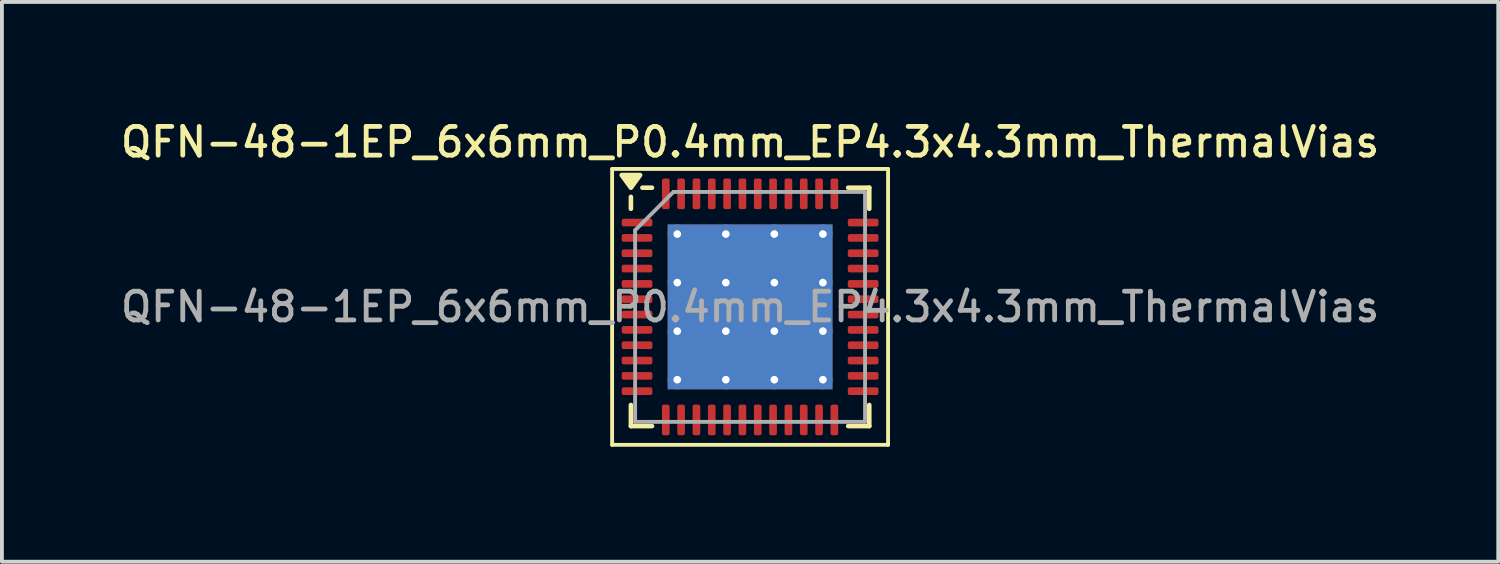
<source format=kicad_pcb>
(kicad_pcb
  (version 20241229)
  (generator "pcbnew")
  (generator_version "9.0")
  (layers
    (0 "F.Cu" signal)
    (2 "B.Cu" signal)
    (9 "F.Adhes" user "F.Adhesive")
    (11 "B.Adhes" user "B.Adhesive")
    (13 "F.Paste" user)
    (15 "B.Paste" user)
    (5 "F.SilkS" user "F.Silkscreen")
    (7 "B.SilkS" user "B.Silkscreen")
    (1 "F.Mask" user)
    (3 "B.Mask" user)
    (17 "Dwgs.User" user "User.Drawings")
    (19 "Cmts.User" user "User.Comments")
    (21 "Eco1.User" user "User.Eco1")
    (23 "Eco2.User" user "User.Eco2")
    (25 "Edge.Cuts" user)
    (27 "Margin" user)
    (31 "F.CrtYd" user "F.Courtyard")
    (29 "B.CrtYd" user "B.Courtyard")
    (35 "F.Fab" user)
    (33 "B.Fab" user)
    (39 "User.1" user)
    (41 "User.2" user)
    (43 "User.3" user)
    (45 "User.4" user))
  (footprint "QFN-48-1EP_6x6mm_P0.4mm_EP4.3x4.3mm_ThermalVias"
    (layer "F.Cu")
    (at 16.523 4.958)
    (property "Reference" "QFN-48-1EP_6x6mm_P0.4mm_EP4.3x4.3mm_ThermalVias" (at 0 -4.3 0) (layer "F.SilkS") (effects (font (size 0.75 0.75) (thickness 0.125))))
    (attr smd)
    (fp_line (start -3.6 -3.6) (end -3.6 3.6) (stroke (width 0.1) (type solid)) (layer "F.SilkS"))
    (fp_line (start -3.6 3.6) (end 3.6 3.6) (stroke (width 0.1) (type solid)) (layer "F.SilkS"))
    (fp_line (start -3.11 -2.56) (end -3.11 -2.87) (stroke (width 0.12) (type solid)) (layer "F.SilkS"))
    (fp_line (start -3.11 3.11) (end -3.11 2.56) (stroke (width 0.12) (type solid)) (layer "F.SilkS"))
    (fp_line (start -2.56 -3.11) (end -2.81 -3.11) (stroke (width 0.12) (type solid)) (layer "F.SilkS"))
    (fp_line (start -2.56 3.11) (end -3.11 3.11) (stroke (width 0.12) (type solid)) (layer "F.SilkS"))
    (fp_line (start 2.56 -3.11) (end 3.11 -3.11) (stroke (width 0.12) (type solid)) (layer "F.SilkS"))
    (fp_line (start 2.56 3.11) (end 3.11 3.11) (stroke (width 0.12) (type solid)) (layer "F.SilkS"))
    (fp_line (start 3.11 -3.11) (end 3.11 -2.56) (stroke (width 0.12) (type solid)) (layer "F.SilkS"))
    (fp_line (start 3.11 3.11) (end 3.11 2.56) (stroke (width 0.12) (type solid)) (layer "F.SilkS"))
    (fp_line (start 3.6 -3.6) (end -3.6 -3.6) (stroke (width 0.1) (type solid)) (layer "F.SilkS"))
    (fp_line (start 3.6 3.6) (end 3.6 -3.6) (stroke (width 0.1) (type solid)) (layer "F.SilkS"))
    (fp_poly (pts (xy -3.11 -3.11) (xy -3.35 -3.44) (xy -2.87 -3.44) (xy -3.11 -3.11)) (stroke (width 0.12) (type solid)) (fill yes) (layer "F.SilkS"))
    (fp_line (start -3 -2) (end -2 -3) (stroke (width 0.1) (type solid)) (layer "F.Fab"))
    (fp_line (start -3 3) (end -3 -2) (stroke (width 0.1) (type solid)) (layer "F.Fab"))
    (fp_line (start -2 -3) (end 3 -3) (stroke (width 0.1) (type solid)) (layer "F.Fab"))
    (fp_line (start 3 -3) (end 3 3) (stroke (width 0.1) (type solid)) (layer "F.Fab"))
    (fp_line (start 3 3) (end -3 3) (stroke (width 0.1) (type solid)) (layer "F.Fab"))
    (fp_text user "${REFERENCE}" (at 0 0 0) (layer "F.Fab") (effects (font (size 0.75 0.75) (thickness 0.125))))
    (pad "" smd custom (at -1.267 -1.267) (size 1.034 1.034) (layers "F.Paste") (options (anchor circle)) (primitives (gr_poly (pts (xy -0.456 -0.356) (xy -0.356 -0.456) (xy 0.356 -0.456) (xy 0.456 -0.356) (xy 0.456 0.356) (xy 0.356 0.456) (xy -0.356 0.456) (xy -0.456 0.356)) (width 0.243) (fill yes))))
    (pad "" smd custom (at -1.267 0) (size 1.034 1.034) (layers "F.Paste") (options (anchor circle)) (primitives (gr_poly (pts (xy -0.456 -0.356) (xy -0.356 -0.456) (xy 0.356 -0.456) (xy 0.456 -0.356) (xy 0.456 0.356) (xy 0.356 0.456) (xy -0.356 0.456) (xy -0.456 0.356)) (width 0.243) (fill yes))))
    (pad "" smd custom (at -1.267 1.267) (size 1.034 1.034) (layers "F.Paste") (options (anchor circle)) (primitives (gr_poly (pts (xy -0.456 -0.356) (xy -0.356 -0.456) (xy 0.356 -0.456) (xy 0.456 -0.356) (xy 0.456 0.356) (xy 0.356 0.456) (xy -0.356 0.456) (xy -0.456 0.356)) (width 0.243) (fill yes))))
    (pad "" smd custom (at 0 -1.267) (size 1.034 1.034) (layers "F.Paste") (options (anchor circle)) (primitives (gr_poly (pts (xy -0.456 -0.356) (xy -0.356 -0.456) (xy 0.356 -0.456) (xy 0.456 -0.356) (xy 0.456 0.356) (xy 0.356 0.456) (xy -0.356 0.456) (xy -0.456 0.356)) (width 0.243) (fill yes))))
    (pad "" smd custom (at 0 0) (size 1.034 1.034) (layers "F.Paste") (options (anchor circle)) (primitives (gr_poly (pts (xy -0.456 -0.356) (xy -0.356 -0.456) (xy 0.356 -0.456) (xy 0.456 -0.356) (xy 0.456 0.356) (xy 0.356 0.456) (xy -0.356 0.456) (xy -0.456 0.356)) (width 0.243) (fill yes))))
    (pad "" smd custom (at 0 1.267) (size 1.034 1.034) (layers "F.Paste") (options (anchor circle)) (primitives (gr_poly (pts (xy -0.456 -0.356) (xy -0.356 -0.456) (xy 0.356 -0.456) (xy 0.456 -0.356) (xy 0.456 0.356) (xy 0.356 0.456) (xy -0.356 0.456) (xy -0.456 0.356)) (width 0.243) (fill yes))))
    (pad "" smd custom (at 1.267 -1.267) (size 1.034 1.034) (layers "F.Paste") (options (anchor circle)) (primitives (gr_poly (pts (xy -0.456 -0.356) (xy -0.356 -0.456) (xy 0.356 -0.456) (xy 0.456 -0.356) (xy 0.456 0.356) (xy 0.356 0.456) (xy -0.356 0.456) (xy -0.456 0.356)) (width 0.243) (fill yes))))
    (pad "" smd custom (at 1.267 0) (size 1.034 1.034) (layers "F.Paste") (options (anchor circle)) (primitives (gr_poly (pts (xy -0.456 -0.356) (xy -0.356 -0.456) (xy 0.356 -0.456) (xy 0.456 -0.356) (xy 0.456 0.356) (xy 0.356 0.456) (xy -0.356 0.456) (xy -0.456 0.356)) (width 0.243) (fill yes))))
    (pad "" smd custom (at 1.267 1.267) (size 1.034 1.034) (layers "F.Paste") (options (anchor circle)) (primitives (gr_poly (pts (xy -0.456 -0.356) (xy -0.356 -0.456) (xy 0.356 -0.456) (xy 0.456 -0.356) (xy 0.456 0.356) (xy 0.356 0.456) (xy -0.356 0.456) (xy -0.456 0.356)) (width 0.243) (fill yes))))
    (pad "1" smd roundrect (at -2.95 -2.2) (size 0.8 0.2) (layers "F.Cu" "F.Mask" "F.Paste") (roundrect_rratio 0.25))
    (pad "2" smd roundrect (at -2.95 -1.8) (size 0.8 0.2) (layers "F.Cu" "F.Mask" "F.Paste") (roundrect_rratio 0.25))
    (pad "3" smd roundrect (at -2.95 -1.4) (size 0.8 0.2) (layers "F.Cu" "F.Mask" "F.Paste") (roundrect_rratio 0.25))
    (pad "4" smd roundrect (at -2.95 -1) (size 0.8 0.2) (layers "F.Cu" "F.Mask" "F.Paste") (roundrect_rratio 0.25))
    (pad "5" smd roundrect (at -2.95 -0.6) (size 0.8 0.2) (layers "F.Cu" "F.Mask" "F.Paste") (roundrect_rratio 0.25))
    (pad "6" smd roundrect (at -2.95 -0.2) (size 0.8 0.2) (layers "F.Cu" "F.Mask" "F.Paste") (roundrect_rratio 0.25))
    (pad "7" smd roundrect (at -2.95 0.2) (size 0.8 0.2) (layers "F.Cu" "F.Mask" "F.Paste") (roundrect_rratio 0.25))
    (pad "8" smd roundrect (at -2.95 0.6) (size 0.8 0.2) (layers "F.Cu" "F.Mask" "F.Paste") (roundrect_rratio 0.25))
    (pad "9" smd roundrect (at -2.95 1) (size 0.8 0.2) (layers "F.Cu" "F.Mask" "F.Paste") (roundrect_rratio 0.25))
    (pad "10" smd roundrect (at -2.95 1.4) (size 0.8 0.2) (layers "F.Cu" "F.Mask" "F.Paste") (roundrect_rratio 0.25))
    (pad "11" smd roundrect (at -2.95 1.8) (size 0.8 0.2) (layers "F.Cu" "F.Mask" "F.Paste") (roundrect_rratio 0.25))
    (pad "12" smd roundrect (at -2.95 2.2) (size 0.8 0.2) (layers "F.Cu" "F.Mask" "F.Paste") (roundrect_rratio 0.25))
    (pad "13" smd roundrect (at -2.2 2.95) (size 0.2 0.8) (layers "F.Cu" "F.Mask" "F.Paste") (roundrect_rratio 0.25))
    (pad "14" smd roundrect (at -1.8 2.95) (size 0.2 0.8) (layers "F.Cu" "F.Mask" "F.Paste") (roundrect_rratio 0.25))
    (pad "15" smd roundrect (at -1.4 2.95) (size 0.2 0.8) (layers "F.Cu" "F.Mask" "F.Paste") (roundrect_rratio 0.25))
    (pad "16" smd roundrect (at -1 2.95) (size 0.2 0.8) (layers "F.Cu" "F.Mask" "F.Paste") (roundrect_rratio 0.25))
    (pad "17" smd roundrect (at -0.6 2.95) (size 0.2 0.8) (layers "F.Cu" "F.Mask" "F.Paste") (roundrect_rratio 0.25))
    (pad "18" smd roundrect (at -0.2 2.95) (size 0.2 0.8) (layers "F.Cu" "F.Mask" "F.Paste") (roundrect_rratio 0.25))
    (pad "19" smd roundrect (at 0.2 2.95) (size 0.2 0.8) (layers "F.Cu" "F.Mask" "F.Paste") (roundrect_rratio 0.25))
    (pad "20" smd roundrect (at 0.6 2.95) (size 0.2 0.8) (layers "F.Cu" "F.Mask" "F.Paste") (roundrect_rratio 0.25))
    (pad "21" smd roundrect (at 1 2.95) (size 0.2 0.8) (layers "F.Cu" "F.Mask" "F.Paste") (roundrect_rratio 0.25))
    (pad "22" smd roundrect (at 1.4 2.95) (size 0.2 0.8) (layers "F.Cu" "F.Mask" "F.Paste") (roundrect_rratio 0.25))
    (pad "23" smd roundrect (at 1.8 2.95) (size 0.2 0.8) (layers "F.Cu" "F.Mask" "F.Paste") (roundrect_rratio 0.25))
    (pad "24" smd roundrect (at 2.2 2.95) (size 0.2 0.8) (layers "F.Cu" "F.Mask" "F.Paste") (roundrect_rratio 0.25))
    (pad "25" smd roundrect (at 2.95 2.2) (size 0.8 0.2) (layers "F.Cu" "F.Mask" "F.Paste") (roundrect_rratio 0.25))
    (pad "26" smd roundrect (at 2.95 1.8) (size 0.8 0.2) (layers "F.Cu" "F.Mask" "F.Paste") (roundrect_rratio 0.25))
    (pad "27" smd roundrect (at 2.95 1.4) (size 0.8 0.2) (layers "F.Cu" "F.Mask" "F.Paste") (roundrect_rratio 0.25))
    (pad "28" smd roundrect (at 2.95 1) (size 0.8 0.2) (layers "F.Cu" "F.Mask" "F.Paste") (roundrect_rratio 0.25))
    (pad "29" smd roundrect (at 2.95 0.6) (size 0.8 0.2) (layers "F.Cu" "F.Mask" "F.Paste") (roundrect_rratio 0.25))
    (pad "30" smd roundrect (at 2.95 0.2) (size 0.8 0.2) (layers "F.Cu" "F.Mask" "F.Paste") (roundrect_rratio 0.25))
    (pad "31" smd roundrect (at 2.95 -0.2) (size 0.8 0.2) (layers "F.Cu" "F.Mask" "F.Paste") (roundrect_rratio 0.25))
    (pad "32" smd roundrect (at 2.95 -0.6) (size 0.8 0.2) (layers "F.Cu" "F.Mask" "F.Paste") (roundrect_rratio 0.25))
    (pad "33" smd roundrect (at 2.95 -1) (size 0.8 0.2) (layers "F.Cu" "F.Mask" "F.Paste") (roundrect_rratio 0.25))
    (pad "34" smd roundrect (at 2.95 -1.4) (size 0.8 0.2) (layers "F.Cu" "F.Mask" "F.Paste") (roundrect_rratio 0.25))
    (pad "35" smd roundrect (at 2.95 -1.8) (size 0.8 0.2) (layers "F.Cu" "F.Mask" "F.Paste") (roundrect_rratio 0.25))
    (pad "36" smd roundrect (at 2.95 -2.2) (size 0.8 0.2) (layers "F.Cu" "F.Mask" "F.Paste") (roundrect_rratio 0.25))
    (pad "37" smd roundrect (at 2.2 -2.95) (size 0.2 0.8) (layers "F.Cu" "F.Mask" "F.Paste") (roundrect_rratio 0.25))
    (pad "38" smd roundrect (at 1.8 -2.95) (size 0.2 0.8) (layers "F.Cu" "F.Mask" "F.Paste") (roundrect_rratio 0.25))
    (pad "39" smd roundrect (at 1.4 -2.95) (size 0.2 0.8) (layers "F.Cu" "F.Mask" "F.Paste") (roundrect_rratio 0.25))
    (pad "40" smd roundrect (at 1 -2.95) (size 0.2 0.8) (layers "F.Cu" "F.Mask" "F.Paste") (roundrect_rratio 0.25))
    (pad "41" smd roundrect (at 0.6 -2.95) (size 0.2 0.8) (layers "F.Cu" "F.Mask" "F.Paste") (roundrect_rratio 0.25))
    (pad "42" smd roundrect (at 0.2 -2.95) (size 0.2 0.8) (layers "F.Cu" "F.Mask" "F.Paste") (roundrect_rratio 0.25))
    (pad "43" smd roundrect (at -0.2 -2.95) (size 0.2 0.8) (layers "F.Cu" "F.Mask" "F.Paste") (roundrect_rratio 0.25))
    (pad "44" smd roundrect (at -0.6 -2.95) (size 0.2 0.8) (layers "F.Cu" "F.Mask" "F.Paste") (roundrect_rratio 0.25))
    (pad "45" smd roundrect (at -1 -2.95) (size 0.2 0.8) (layers "F.Cu" "F.Mask" "F.Paste") (roundrect_rratio 0.25))
    (pad "46" smd roundrect (at -1.4 -2.95) (size 0.2 0.8) (layers "F.Cu" "F.Mask" "F.Paste") (roundrect_rratio 0.25))
    (pad "47" smd roundrect (at -1.8 -2.95) (size 0.2 0.8) (layers "F.Cu" "F.Mask" "F.Paste") (roundrect_rratio 0.25))
    (pad "48" smd roundrect (at -2.2 -2.95) (size 0.2 0.8) (layers "F.Cu" "F.Mask" "F.Paste") (roundrect_rratio 0.25))
    (pad "49" thru_hole circle (at -1.9 -1.9) (size 0.5 0.5) (drill 0.2) (property pad_prop_heatsink) (layers "*.Cu"))
    (pad "49" thru_hole circle (at -1.9 -0.633) (size 0.5 0.5) (drill 0.2) (property pad_prop_heatsink) (layers "*.Cu"))
    (pad "49" thru_hole circle (at -1.9 0.633) (size 0.5 0.5) (drill 0.2) (property pad_prop_heatsink) (layers "*.Cu"))
    (pad "49" thru_hole circle (at -1.9 1.9) (size 0.5 0.5) (drill 0.2) (property pad_prop_heatsink) (layers "*.Cu"))
    (pad "49" thru_hole circle (at -0.633 -1.9) (size 0.5 0.5) (drill 0.2) (property pad_prop_heatsink) (layers "*.Cu"))
    (pad "49" thru_hole circle (at -0.633 -0.633) (size 0.5 0.5) (drill 0.2) (property pad_prop_heatsink) (layers "*.Cu"))
    (pad "49" thru_hole circle (at -0.633 0.633) (size 0.5 0.5) (drill 0.2) (property pad_prop_heatsink) (layers "*.Cu"))
    (pad "49" thru_hole circle (at -0.633 1.9) (size 0.5 0.5) (drill 0.2) (property pad_prop_heatsink) (layers "*.Cu"))
    (pad "49" smd rect (at 0 0) (size 4.3 4.3) (property pad_prop_heatsink) (layers "F.Cu" "F.Mask"))
    (pad "49" smd rect (at 0 0) (size 4.3 4.3) (property pad_prop_heatsink) (layers "B.Cu"))
    (pad "49" thru_hole circle (at 0.633 -1.9) (size 0.5 0.5) (drill 0.2) (property pad_prop_heatsink) (layers "*.Cu"))
    (pad "49" thru_hole circle (at 0.633 -0.633) (size 0.5 0.5) (drill 0.2) (property pad_prop_heatsink) (layers "*.Cu"))
    (pad "49" thru_hole circle (at 0.633 0.633) (size 0.5 0.5) (drill 0.2) (property pad_prop_heatsink) (layers "*.Cu"))
    (pad "49" thru_hole circle (at 0.633 1.9) (size 0.5 0.5) (drill 0.2) (property pad_prop_heatsink) (layers "*.Cu"))
    (pad "49" thru_hole circle (at 1.9 -1.9) (size 0.5 0.5) (drill 0.2) (property pad_prop_heatsink) (layers "*.Cu"))
    (pad "49" thru_hole circle (at 1.9 -0.633) (size 0.5 0.5) (drill 0.2) (property pad_prop_heatsink) (layers "*.Cu"))
    (pad "49" thru_hole circle (at 1.9 0.633) (size 0.5 0.5) (drill 0.2) (property pad_prop_heatsink) (layers "*.Cu"))
    (pad "49" thru_hole circle (at 1.9 1.9) (size 0.5 0.5) (drill 0.2) (property pad_prop_heatsink) (layers "*.Cu")))
  (gr_rect
    (start -3 -3)
    (end 36.046 11.608)
    (stroke (width 0.1) (type default))
    (fill no)
    (layer "Edge.Cuts")))
</source>
